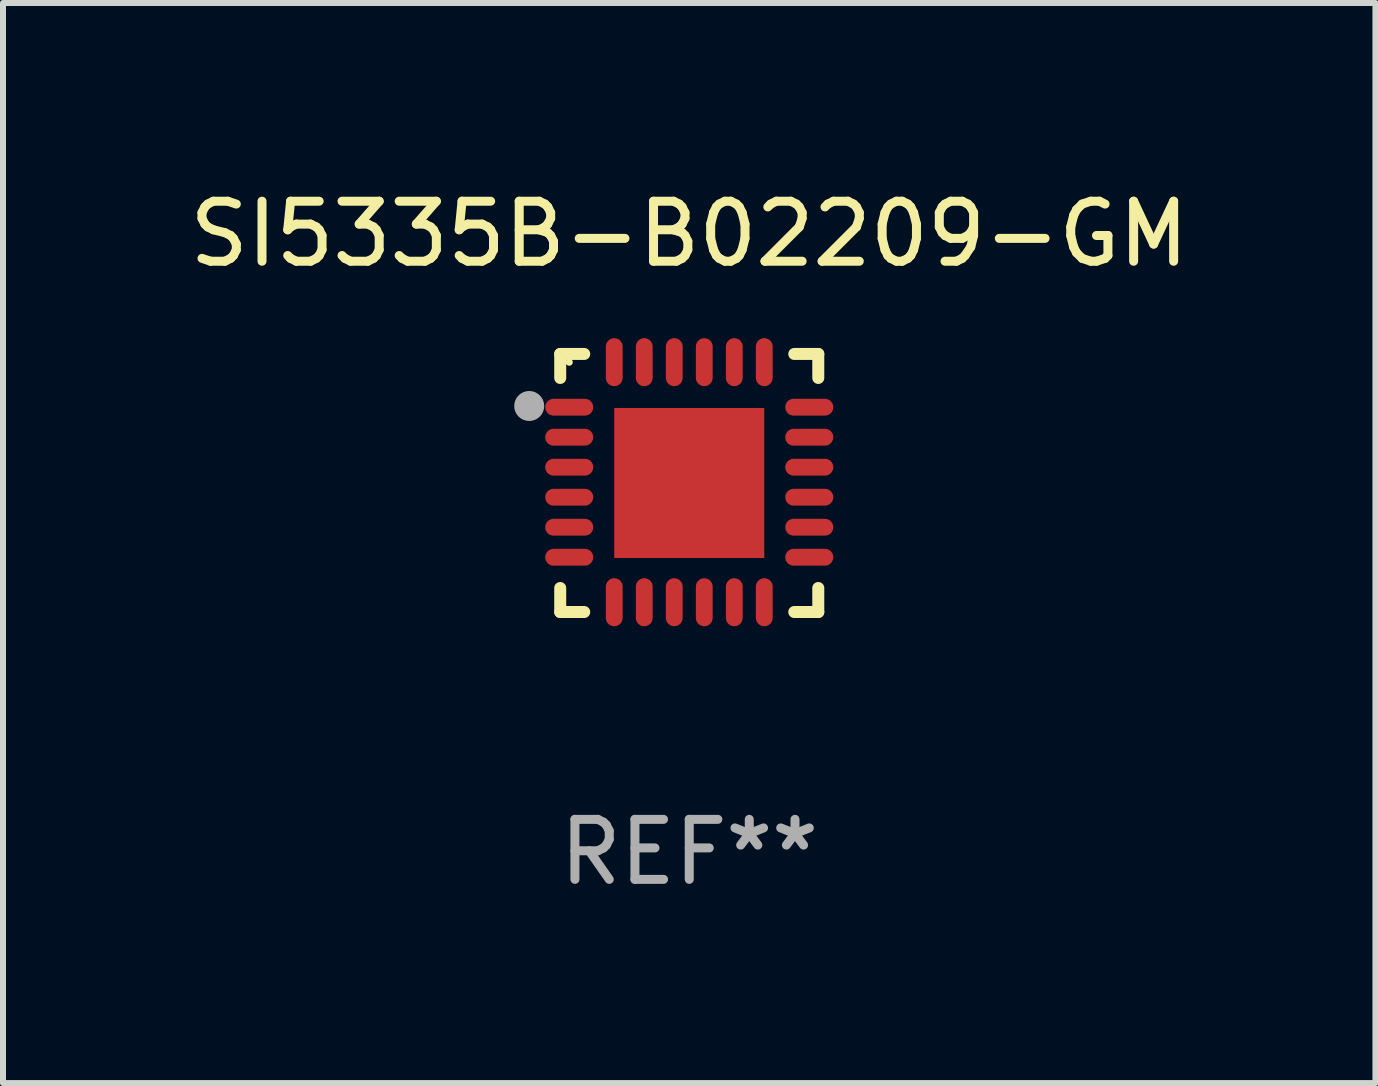
<source format=kicad_pcb>
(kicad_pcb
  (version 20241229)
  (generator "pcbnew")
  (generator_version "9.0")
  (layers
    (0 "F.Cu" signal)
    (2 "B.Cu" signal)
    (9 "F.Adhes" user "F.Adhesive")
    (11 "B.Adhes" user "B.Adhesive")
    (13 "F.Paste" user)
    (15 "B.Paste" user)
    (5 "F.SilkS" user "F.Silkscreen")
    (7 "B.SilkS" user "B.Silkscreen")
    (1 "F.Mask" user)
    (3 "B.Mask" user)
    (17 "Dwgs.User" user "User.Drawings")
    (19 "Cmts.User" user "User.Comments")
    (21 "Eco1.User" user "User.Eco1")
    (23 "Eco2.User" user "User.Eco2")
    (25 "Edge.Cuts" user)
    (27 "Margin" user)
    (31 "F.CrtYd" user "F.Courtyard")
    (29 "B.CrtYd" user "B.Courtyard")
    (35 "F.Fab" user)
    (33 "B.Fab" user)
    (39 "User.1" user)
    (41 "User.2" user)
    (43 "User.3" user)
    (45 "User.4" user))
  (footprint "SI5335B-B02209-GM"
    (layer "F.Cu")
    (at 8.435 4.998)
    (property "Reference" "SI5335B-B02209-GM" (at 0 -4.15 0) (layer "F.SilkS") (effects (font (size 1 1) (thickness 0.15))))
    (attr through_hole)
    (fp_line (start -2.15 -2.15) (end -1.75 -2.15) (stroke (width 0.2) (type solid)) (layer "F.SilkS"))
    (fp_line (start -2.15 -1.75) (end -2.15 -2.15) (stroke (width 0.2) (type solid)) (layer "F.SilkS"))
    (fp_line (start -2.15 2.15) (end -2.15 1.75) (stroke (width 0.2) (type solid)) (layer "F.SilkS"))
    (fp_line (start -1.75 2.15) (end -2.15 2.15) (stroke (width 0.2) (type solid)) (layer "F.SilkS"))
    (fp_line (start 1.75 -2.15) (end 2.15 -2.15) (stroke (width 0.2) (type solid)) (layer "F.SilkS"))
    (fp_line (start 1.75 2.15) (end 2.15 2.15) (stroke (width 0.2) (type solid)) (layer "F.SilkS"))
    (fp_line (start 2.15 -2.15) (end 2.15 -1.75) (stroke (width 0.2) (type solid)) (layer "F.SilkS"))
    (fp_line (start 2.15 2.15) (end 2.15 1.75) (stroke (width 0.2) (type solid)) (layer "F.SilkS"))
    (fp_circle (center -2 -2.013) (end -1.97 -2.013) (stroke (width 0.06) (type solid)) (fill no) (layer "F.SilkS"))
    (fp_circle (center -2.667 -1.283) (end -2.542 -1.283) (stroke (width 0.25) (type solid)) (fill no) (layer "F.Fab"))
    (fp_text user "REF**" (at 0 6.15 0) (layer "F.Fab") (effects (font (size 1 1) (thickness 0.15))))
    (pad "1" smd oval (at -2 -1.263) (size 0.8 0.28) (layers "F.Cu" "F.Mask" "F.Paste"))
    (pad "2" smd oval (at -2 -0.763) (size 0.8 0.28) (layers "F.Cu" "F.Mask" "F.Paste"))
    (pad "3" smd oval (at -2 -0.263) (size 0.8 0.28) (layers "F.Cu" "F.Mask" "F.Paste"))
    (pad "4" smd oval (at -2 0.237) (size 0.8 0.28) (layers "F.Cu" "F.Mask" "F.Paste"))
    (pad "5" smd oval (at -2 0.737) (size 0.8 0.28) (layers "F.Cu" "F.Mask" "F.Paste"))
    (pad "6" smd oval (at -2 1.237) (size 0.8 0.28) (layers "F.Cu" "F.Mask" "F.Paste"))
    (pad "7" smd oval (at -1.25 1.987) (size 0.28 0.8) (layers "F.Cu" "F.Mask" "F.Paste"))
    (pad "8" smd oval (at -0.75 1.987) (size 0.28 0.8) (layers "F.Cu" "F.Mask" "F.Paste"))
    (pad "9" smd oval (at -0.25 1.987) (size 0.28 0.8) (layers "F.Cu" "F.Mask" "F.Paste"))
    (pad "10" smd oval (at 0.25 1.987) (size 0.28 0.8) (layers "F.Cu" "F.Mask" "F.Paste"))
    (pad "11" smd oval (at 0.75 1.987) (size 0.28 0.8) (layers "F.Cu" "F.Mask" "F.Paste"))
    (pad "12" smd oval (at 1.25 1.987) (size 0.28 0.8) (layers "F.Cu" "F.Mask" "F.Paste"))
    (pad "13" smd oval (at 2 1.237) (size 0.8 0.28) (layers "F.Cu" "F.Mask" "F.Paste"))
    (pad "14" smd oval (at 2 0.737) (size 0.8 0.28) (layers "F.Cu" "F.Mask" "F.Paste"))
    (pad "15" smd oval (at 2 0.237) (size 0.8 0.28) (layers "F.Cu" "F.Mask" "F.Paste"))
    (pad "16" smd oval (at 2 -0.263) (size 0.8 0.28) (layers "F.Cu" "F.Mask" "F.Paste"))
    (pad "17" smd oval (at 2 -0.763) (size 0.8 0.28) (layers "F.Cu" "F.Mask" "F.Paste"))
    (pad "18" smd oval (at 2 -1.263) (size 0.8 0.28) (layers "F.Cu" "F.Mask" "F.Paste"))
    (pad "19" smd oval (at 1.25 -2.013) (size 0.28 0.8) (layers "F.Cu" "F.Mask" "F.Paste"))
    (pad "20" smd oval (at 0.75 -2.013) (size 0.28 0.8) (layers "F.Cu" "F.Mask" "F.Paste"))
    (pad "21" smd oval (at 0.25 -2.013) (size 0.28 0.8) (layers "F.Cu" "F.Mask" "F.Paste"))
    (pad "22" smd oval (at -0.25 -2.013) (size 0.28 0.8) (layers "F.Cu" "F.Mask" "F.Paste"))
    (pad "23" smd oval (at -0.75 -2.013) (size 0.28 0.8) (layers "F.Cu" "F.Mask" "F.Paste"))
    (pad "24" smd oval (at -1.25 -2.013) (size 0.28 0.8) (layers "F.Cu" "F.Mask" "F.Paste"))
    (pad "25" smd rect (at -0.000127 -0.00014) (size 2.5 2.5) (layers "F.Cu" "F.Mask" "F.Paste")))
  (gr_rect
    (start -3 -3)
    (end 19.869 14.997)
    (stroke (width 0.1) (type default))
    (fill no)
    (layer "Edge.Cuts")))
</source>
